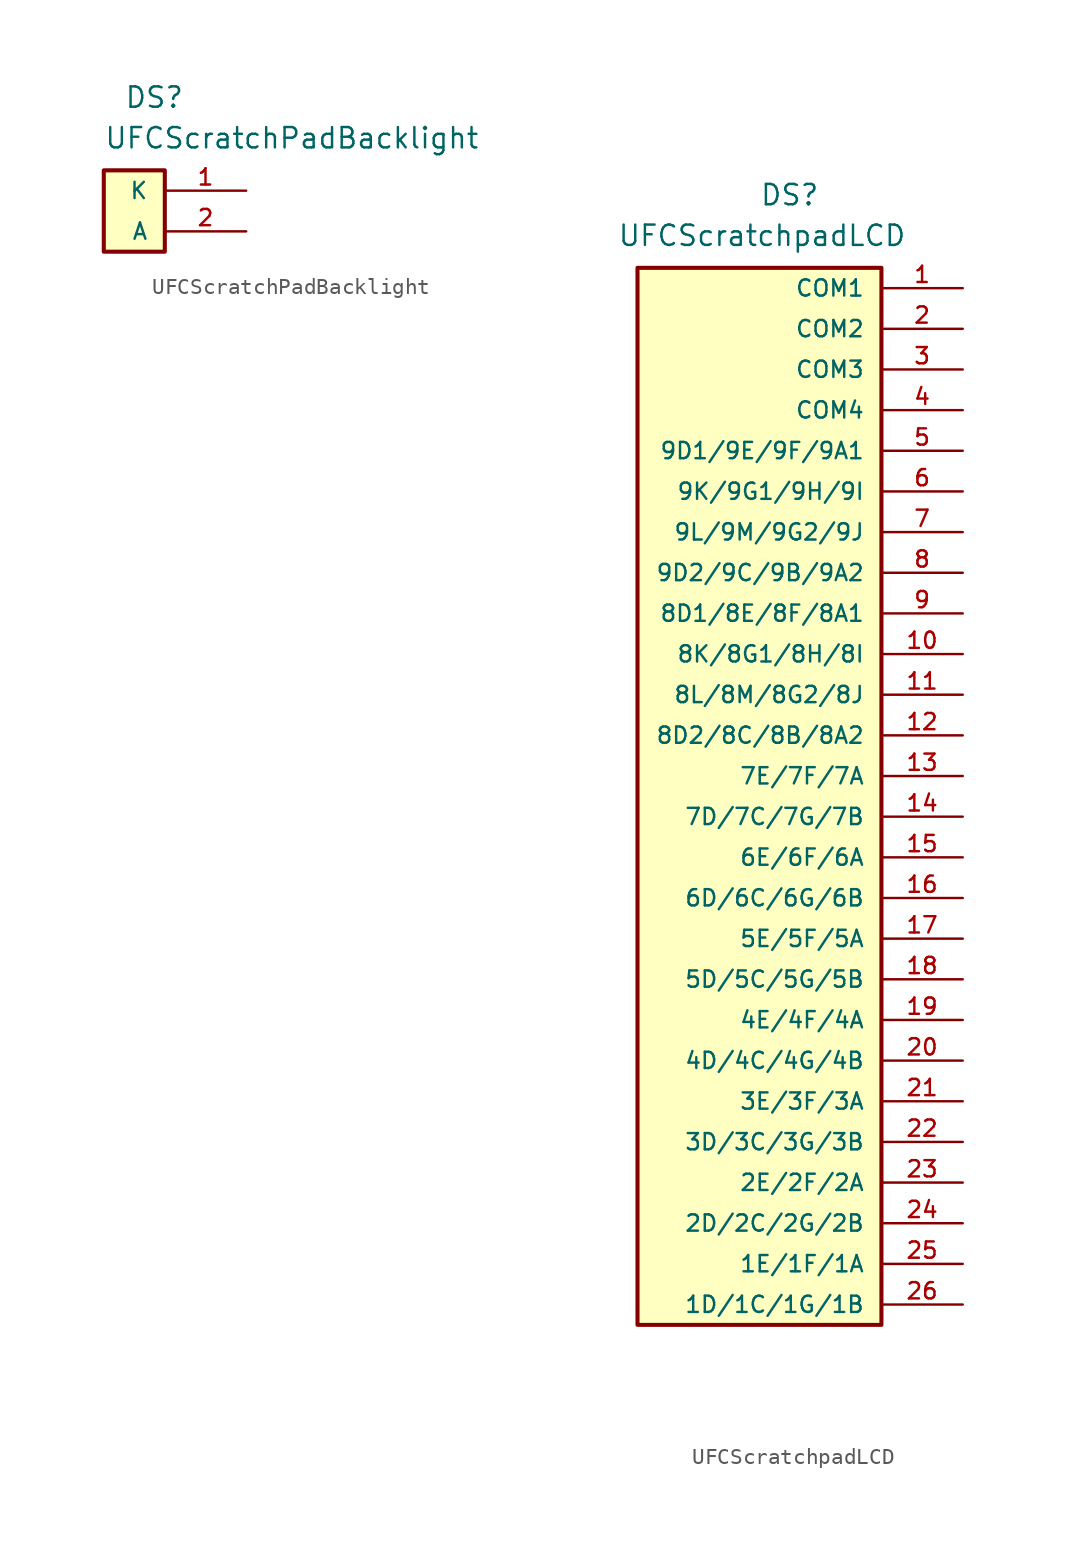
<source format=kicad_sym>
(kicad_symbol_lib
  (version 20231120)
  (generator "kicad_symbol_editor")
  (generator_version "8.0")
  (symbol "UFCScratchPadBacklight"
    (pin_names
      (offset 1.016))
    (property "Reference" "DS"
      (at -3.81 6.35 0)
      (effects (font (size 1.27 1.27)) (justify left bottom)))
    (property "Value" "UFCScratchPadBacklight"
      (at -5.08 3.81 0)
      (effects (font (size 1.27 1.27)) (justify left bottom)))
    (symbol "UFCScratchPadBacklight_0_0"
      (rectangle (start -1.27 2.54) (end -5.08 -2.54) (stroke (width 0.254) (type default)) (fill (type background)))
      (pin output line (at 3.81 1.27 180) (length 5.08) (name "K" (effects (font (size 1.016 1.016)))) (number "1" (effects (font (size 1.016 1.016)))))
      (pin power_in line (at 3.81 -1.27 180) (length 5.08) (name "A" (effects (font (size 1.016 1.016)))) (number "2" (effects (font (size 1.016 1.016)))))))
  (symbol "UFCScratchpadLCD"
    (pin_names
      (offset 1.016))
    (property "Reference" "DS"
      (at -6.35 38.1 0)
      (effects (font (size 1.27 1.27)) (justify left bottom)))
    (property "Value" "UFCScratchpadLCD"
      (at -15.24 35.56 0)
      (effects (font (size 1.27 1.27)) (justify left bottom)))
    (symbol "UFCScratchpadLCD_0_0"
      (rectangle (start 1.27 34.29) (end -13.97 -31.75) (stroke (width 0.254) (type default)) (fill (type background)))
      (pin input line (at 6.35 33.02 180) (length 5.08) (name "COM1" (effects (font (size 1.016 1.016)))) (number "1" (effects (font (size 1.016 1.016)))))
      (pin input line (at 6.35 10.16 180) (length 5.08) (name "8K/8G1/8H/8I" (effects (font (size 1.016 1.016)))) (number "10" (effects (font (size 1.016 1.016)))))
      (pin input line (at 6.35 7.62 180) (length 5.08) (name "8L/8M/8G2/8J" (effects (font (size 1.016 1.016)))) (number "11" (effects (font (size 1.016 1.016)))))
      (pin input line (at 6.35 5.08 180) (length 5.08) (name "8D2/8C/8B/8A2" (effects (font (size 1.016 1.016)))) (number "12" (effects (font (size 1.016 1.016)))))
      (pin input line (at 6.35 2.54 180) (length 5.08) (name "7E/7F/7A" (effects (font (size 1.016 1.016)))) (number "13" (effects (font (size 1.016 1.016)))))
      (pin input line (at 6.35 0 180) (length 5.08) (name "7D/7C/7G/7B" (effects (font (size 1.016 1.016)))) (number "14" (effects (font (size 1.016 1.016)))))
      (pin input line (at 6.35 -2.54 180) (length 5.08) (name "6E/6F/6A" (effects (font (size 1.016 1.016)))) (number "15" (effects (font (size 1.016 1.016)))))
      (pin input line (at 6.35 -5.08 180) (length 5.08) (name "6D/6C/6G/6B" (effects (font (size 1.016 1.016)))) (number "16" (effects (font (size 1.016 1.016)))))
      (pin input line (at 6.35 -7.62 180) (length 5.08) (name "5E/5F/5A" (effects (font (size 1.016 1.016)))) (number "17" (effects (font (size 1.016 1.016)))))
      (pin input line (at 6.35 -10.16 180) (length 5.08) (name "5D/5C/5G/5B" (effects (font (size 1.016 1.016)))) (number "18" (effects (font (size 1.016 1.016)))))
      (pin input line (at 6.35 -12.7 180) (length 5.08) (name "4E/4F/4A" (effects (font (size 1.016 1.016)))) (number "19" (effects (font (size 1.016 1.016)))))
      (pin input line (at 6.35 30.48 180) (length 5.08) (name "COM2" (effects (font (size 1.016 1.016)))) (number "2" (effects (font (size 1.016 1.016)))))
      (pin input line (at 6.35 -15.24 180) (length 5.08) (name "4D/4C/4G/4B" (effects (font (size 1.016 1.016)))) (number "20" (effects (font (size 1.016 1.016)))))
      (pin input line (at 6.35 -17.78 180) (length 5.08) (name "3E/3F/3A" (effects (font (size 1.016 1.016)))) (number "21" (effects (font (size 1.016 1.016)))))
      (pin input line (at 6.35 -20.32 180) (length 5.08) (name "3D/3C/3G/3B" (effects (font (size 1.016 1.016)))) (number "22" (effects (font (size 1.016 1.016)))))
      (pin input line (at 6.35 -22.86 180) (length 5.08) (name "2E/2F/2A" (effects (font (size 1.016 1.016)))) (number "23" (effects (font (size 1.016 1.016)))))
      (pin input line (at 6.35 -25.4 180) (length 5.08) (name "2D/2C/2G/2B" (effects (font (size 1.016 1.016)))) (number "24" (effects (font (size 1.016 1.016)))))
      (pin input line (at 6.35 -27.94 180) (length 5.08) (name "1E/1F/1A" (effects (font (size 1.016 1.016)))) (number "25" (effects (font (size 1.016 1.016)))))
      (pin input line (at 6.35 -30.48 180) (length 5.08) (name "1D/1C/1G/1B" (effects (font (size 1.016 1.016)))) (number "26" (effects (font (size 1.016 1.016)))))
      (pin input line (at 6.35 27.94 180) (length 5.08) (name "COM3" (effects (font (size 1.016 1.016)))) (number "3" (effects (font (size 1.016 1.016)))))
      (pin input line (at 6.35 25.4 180) (length 5.08) (name "COM4" (effects (font (size 1.016 1.016)))) (number "4" (effects (font (size 1.016 1.016)))))
      (pin input line (at 6.35 22.86 180) (length 5.08) (name "9D1/9E/9F/9A1" (effects (font (size 1.016 1.016)))) (number "5" (effects (font (size 1.016 1.016)))))
      (pin input line (at 6.35 20.32 180) (length 5.08) (name "9K/9G1/9H/9I" (effects (font (size 1.016 1.016)))) (number "6" (effects (font (size 1.016 1.016)))))
      (pin input line (at 6.35 17.78 180) (length 5.08) (name "9L/9M/9G2/9J" (effects (font (size 1.016 1.016)))) (number "7" (effects (font (size 1.016 1.016)))))
      (pin input line (at 6.35 15.24 180) (length 5.08) (name "9D2/9C/9B/9A2" (effects (font (size 1.016 1.016)))) (number "8" (effects (font (size 1.016 1.016)))))
      (pin input line (at 6.35 12.7 180) (length 5.08) (name "8D1/8E/8F/8A1" (effects (font (size 1.016 1.016)))) (number "9" (effects (font (size 1.016 1.016))))))))
</source>
